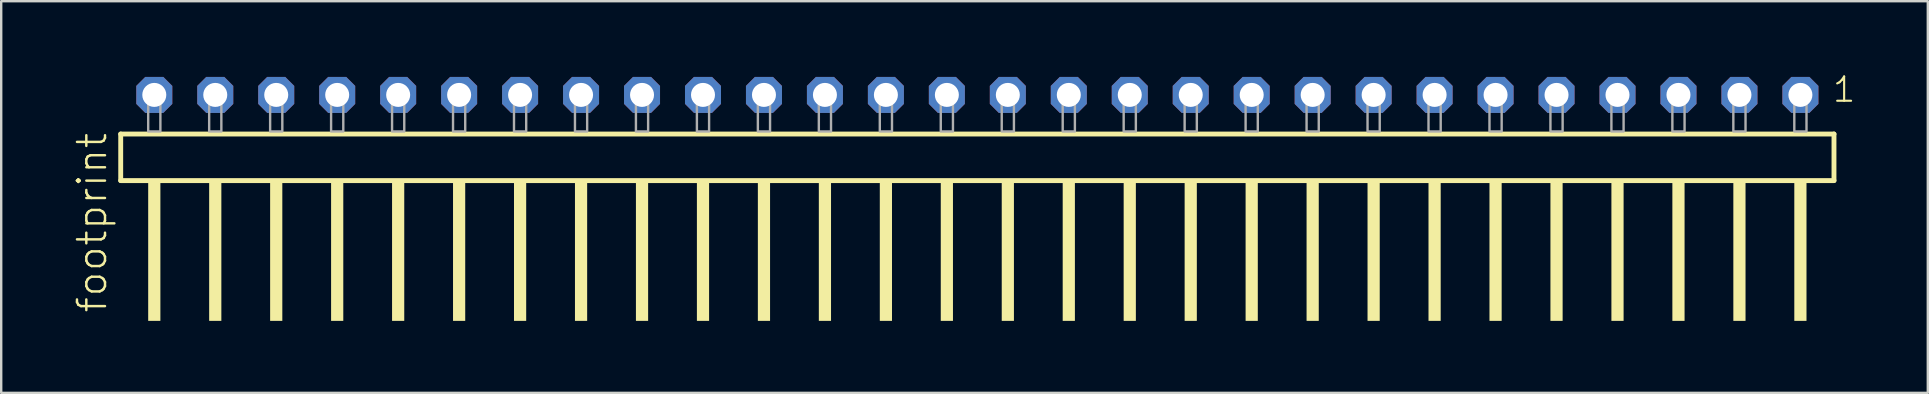
<source format=kicad_pcb>
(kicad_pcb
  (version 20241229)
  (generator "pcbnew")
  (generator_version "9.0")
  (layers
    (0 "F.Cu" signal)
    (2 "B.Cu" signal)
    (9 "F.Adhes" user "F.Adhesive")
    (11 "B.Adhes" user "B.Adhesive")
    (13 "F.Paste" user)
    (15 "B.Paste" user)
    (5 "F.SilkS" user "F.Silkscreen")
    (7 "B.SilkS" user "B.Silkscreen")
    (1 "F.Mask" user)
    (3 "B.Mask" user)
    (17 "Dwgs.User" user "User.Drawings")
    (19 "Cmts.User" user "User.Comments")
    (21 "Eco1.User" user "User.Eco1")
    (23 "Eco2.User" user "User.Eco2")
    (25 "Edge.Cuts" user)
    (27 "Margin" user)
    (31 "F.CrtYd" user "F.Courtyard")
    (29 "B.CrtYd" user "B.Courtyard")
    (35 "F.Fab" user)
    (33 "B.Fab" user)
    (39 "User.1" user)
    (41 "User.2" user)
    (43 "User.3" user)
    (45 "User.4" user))
  (footprint "footprint"
    (layer "F.Cu")
    (at 37.668 2.428)
    (property "Reference" "footprint" (at -36.195 7.62 90) (layer "F.SilkS") (effects (font (size 1.168 1.168) (thickness 0.102)) (justify left bottom)))
    (fp_line (start -35.689 0.106) (end -35.689 2.046) (stroke (width 0.203) (type solid)) (layer "F.SilkS"))
    (fp_line (start -35.689 2.046) (end 35.689 2.046) (stroke (width 0.203) (type solid)) (layer "F.SilkS"))
    (fp_line (start 35.689 0.106) (end -35.689 0.106) (stroke (width 0.203) (type solid)) (layer "F.SilkS"))
    (fp_line (start 35.689 2.046) (end 35.689 0.106) (stroke (width 0.203) (type solid)) (layer "F.SilkS"))
    (fp_poly (pts (xy -34.544 7.89) (xy -34.036 7.89) (xy -34.036 2.04) (xy -34.544 2.04)) (stroke (width 0) (type solid)) (fill yes) (layer "F.SilkS"))
    (fp_poly (pts (xy -32.004 7.89) (xy -31.496 7.89) (xy -31.496 2.04) (xy -32.004 2.04)) (stroke (width 0) (type solid)) (fill yes) (layer "F.SilkS"))
    (fp_poly (pts (xy -29.464 7.89) (xy -28.956 7.89) (xy -28.956 2.04) (xy -29.464 2.04)) (stroke (width 0) (type solid)) (fill yes) (layer "F.SilkS"))
    (fp_poly (pts (xy -26.924 7.89) (xy -26.416 7.89) (xy -26.416 2.04) (xy -26.924 2.04)) (stroke (width 0) (type solid)) (fill yes) (layer "F.SilkS"))
    (fp_poly (pts (xy -24.384 7.89) (xy -23.876 7.89) (xy -23.876 2.04) (xy -24.384 2.04)) (stroke (width 0) (type solid)) (fill yes) (layer "F.SilkS"))
    (fp_poly (pts (xy -21.844 7.89) (xy -21.336 7.89) (xy -21.336 2.04) (xy -21.844 2.04)) (stroke (width 0) (type solid)) (fill yes) (layer "F.SilkS"))
    (fp_poly (pts (xy -19.304 7.89) (xy -18.796 7.89) (xy -18.796 2.04) (xy -19.304 2.04)) (stroke (width 0) (type solid)) (fill yes) (layer "F.SilkS"))
    (fp_poly (pts (xy -16.764 7.89) (xy -16.256 7.89) (xy -16.256 2.04) (xy -16.764 2.04)) (stroke (width 0) (type solid)) (fill yes) (layer "F.SilkS"))
    (fp_poly (pts (xy -14.224 7.89) (xy -13.716 7.89) (xy -13.716 2.04) (xy -14.224 2.04)) (stroke (width 0) (type solid)) (fill yes) (layer "F.SilkS"))
    (fp_poly (pts (xy -11.684 7.89) (xy -11.176 7.89) (xy -11.176 2.04) (xy -11.684 2.04)) (stroke (width 0) (type solid)) (fill yes) (layer "F.SilkS"))
    (fp_poly (pts (xy -9.144 7.89) (xy -8.636 7.89) (xy -8.636 2.04) (xy -9.144 2.04)) (stroke (width 0) (type solid)) (fill yes) (layer "F.SilkS"))
    (fp_poly (pts (xy -6.604 7.89) (xy -6.096 7.89) (xy -6.096 2.04) (xy -6.604 2.04)) (stroke (width 0) (type solid)) (fill yes) (layer "F.SilkS"))
    (fp_poly (pts (xy -4.064 7.89) (xy -3.556 7.89) (xy -3.556 2.04) (xy -4.064 2.04)) (stroke (width 0) (type solid)) (fill yes) (layer "F.SilkS"))
    (fp_poly (pts (xy -1.524 7.89) (xy -1.016 7.89) (xy -1.016 2.04) (xy -1.524 2.04)) (stroke (width 0) (type solid)) (fill yes) (layer "F.SilkS"))
    (fp_poly (pts (xy 1.016 7.89) (xy 1.524 7.89) (xy 1.524 2.04) (xy 1.016 2.04)) (stroke (width 0) (type solid)) (fill yes) (layer "F.SilkS"))
    (fp_poly (pts (xy 3.556 7.89) (xy 4.064 7.89) (xy 4.064 2.04) (xy 3.556 2.04)) (stroke (width 0) (type solid)) (fill yes) (layer "F.SilkS"))
    (fp_poly (pts (xy 6.096 7.89) (xy 6.604 7.89) (xy 6.604 2.04) (xy 6.096 2.04)) (stroke (width 0) (type solid)) (fill yes) (layer "F.SilkS"))
    (fp_poly (pts (xy 8.636 7.89) (xy 9.144 7.89) (xy 9.144 2.04) (xy 8.636 2.04)) (stroke (width 0) (type solid)) (fill yes) (layer "F.SilkS"))
    (fp_poly (pts (xy 11.176 7.89) (xy 11.684 7.89) (xy 11.684 2.04) (xy 11.176 2.04)) (stroke (width 0) (type solid)) (fill yes) (layer "F.SilkS"))
    (fp_poly (pts (xy 13.716 7.89) (xy 14.224 7.89) (xy 14.224 2.04) (xy 13.716 2.04)) (stroke (width 0) (type solid)) (fill yes) (layer "F.SilkS"))
    (fp_poly (pts (xy 16.256 7.89) (xy 16.764 7.89) (xy 16.764 2.04) (xy 16.256 2.04)) (stroke (width 0) (type solid)) (fill yes) (layer "F.SilkS"))
    (fp_poly (pts (xy 18.796 7.89) (xy 19.304 7.89) (xy 19.304 2.04) (xy 18.796 2.04)) (stroke (width 0) (type solid)) (fill yes) (layer "F.SilkS"))
    (fp_poly (pts (xy 21.336 7.89) (xy 21.844 7.89) (xy 21.844 2.04) (xy 21.336 2.04)) (stroke (width 0) (type solid)) (fill yes) (layer "F.SilkS"))
    (fp_poly (pts (xy 23.876 7.89) (xy 24.384 7.89) (xy 24.384 2.04) (xy 23.876 2.04)) (stroke (width 0) (type solid)) (fill yes) (layer "F.SilkS"))
    (fp_poly (pts (xy 26.416 7.89) (xy 26.924 7.89) (xy 26.924 2.04) (xy 26.416 2.04)) (stroke (width 0) (type solid)) (fill yes) (layer "F.SilkS"))
    (fp_poly (pts (xy 28.956 7.89) (xy 29.464 7.89) (xy 29.464 2.04) (xy 28.956 2.04)) (stroke (width 0) (type solid)) (fill yes) (layer "F.SilkS"))
    (fp_poly (pts (xy 31.496 7.89) (xy 32.004 7.89) (xy 32.004 2.04) (xy 31.496 2.04)) (stroke (width 0) (type solid)) (fill yes) (layer "F.SilkS"))
    (fp_poly (pts (xy 34.036 7.89) (xy 34.544 7.89) (xy 34.544 2.04) (xy 34.036 2.04)) (stroke (width 0) (type solid)) (fill yes) (layer "F.SilkS"))
    (fp_poly (pts (xy -34.544 0) (xy -34.036 0) (xy -34.036 -1.778) (xy -34.544 -1.778)) (stroke (width 0.1) (type solid)) (fill no) (layer "F.Fab"))
    (fp_poly (pts (xy -32.004 0) (xy -31.496 0) (xy -31.496 -1.778) (xy -32.004 -1.778)) (stroke (width 0.1) (type solid)) (fill no) (layer "F.Fab"))
    (fp_poly (pts (xy -29.464 0) (xy -28.956 0) (xy -28.956 -1.778) (xy -29.464 -1.778)) (stroke (width 0.1) (type solid)) (fill no) (layer "F.Fab"))
    (fp_poly (pts (xy -26.924 0) (xy -26.416 0) (xy -26.416 -1.778) (xy -26.924 -1.778)) (stroke (width 0.1) (type solid)) (fill no) (layer "F.Fab"))
    (fp_poly (pts (xy -24.384 0) (xy -23.876 0) (xy -23.876 -1.778) (xy -24.384 -1.778)) (stroke (width 0.1) (type solid)) (fill no) (layer "F.Fab"))
    (fp_poly (pts (xy -21.844 0) (xy -21.336 0) (xy -21.336 -1.778) (xy -21.844 -1.778)) (stroke (width 0.1) (type solid)) (fill no) (layer "F.Fab"))
    (fp_poly (pts (xy -19.304 0) (xy -18.796 0) (xy -18.796 -1.778) (xy -19.304 -1.778)) (stroke (width 0.1) (type solid)) (fill no) (layer "F.Fab"))
    (fp_poly (pts (xy -16.764 0) (xy -16.256 0) (xy -16.256 -1.778) (xy -16.764 -1.778)) (stroke (width 0.1) (type solid)) (fill no) (layer "F.Fab"))
    (fp_poly (pts (xy -14.224 0) (xy -13.716 0) (xy -13.716 -1.778) (xy -14.224 -1.778)) (stroke (width 0.1) (type solid)) (fill no) (layer "F.Fab"))
    (fp_poly (pts (xy -11.684 0) (xy -11.176 0) (xy -11.176 -1.778) (xy -11.684 -1.778)) (stroke (width 0.1) (type solid)) (fill no) (layer "F.Fab"))
    (fp_poly (pts (xy -9.144 0) (xy -8.636 0) (xy -8.636 -1.778) (xy -9.144 -1.778)) (stroke (width 0.1) (type solid)) (fill no) (layer "F.Fab"))
    (fp_poly (pts (xy -6.604 0) (xy -6.096 0) (xy -6.096 -1.778) (xy -6.604 -1.778)) (stroke (width 0.1) (type solid)) (fill no) (layer "F.Fab"))
    (fp_poly (pts (xy -4.064 0) (xy -3.556 0) (xy -3.556 -1.778) (xy -4.064 -1.778)) (stroke (width 0.1) (type solid)) (fill no) (layer "F.Fab"))
    (fp_poly (pts (xy -1.524 0) (xy -1.016 0) (xy -1.016 -1.778) (xy -1.524 -1.778)) (stroke (width 0.1) (type solid)) (fill no) (layer "F.Fab"))
    (fp_poly (pts (xy 1.016 0) (xy 1.524 0) (xy 1.524 -1.778) (xy 1.016 -1.778)) (stroke (width 0.1) (type solid)) (fill no) (layer "F.Fab"))
    (fp_poly (pts (xy 3.556 0) (xy 4.064 0) (xy 4.064 -1.778) (xy 3.556 -1.778)) (stroke (width 0.1) (type solid)) (fill no) (layer "F.Fab"))
    (fp_poly (pts (xy 6.096 0) (xy 6.604 0) (xy 6.604 -1.778) (xy 6.096 -1.778)) (stroke (width 0.1) (type solid)) (fill no) (layer "F.Fab"))
    (fp_poly (pts (xy 8.636 0) (xy 9.144 0) (xy 9.144 -1.778) (xy 8.636 -1.778)) (stroke (width 0.1) (type solid)) (fill no) (layer "F.Fab"))
    (fp_poly (pts (xy 11.176 0) (xy 11.684 0) (xy 11.684 -1.778) (xy 11.176 -1.778)) (stroke (width 0.1) (type solid)) (fill no) (layer "F.Fab"))
    (fp_poly (pts (xy 13.716 0) (xy 14.224 0) (xy 14.224 -1.778) (xy 13.716 -1.778)) (stroke (width 0.1) (type solid)) (fill no) (layer "F.Fab"))
    (fp_poly (pts (xy 16.256 0) (xy 16.764 0) (xy 16.764 -1.778) (xy 16.256 -1.778)) (stroke (width 0.1) (type solid)) (fill no) (layer "F.Fab"))
    (fp_poly (pts (xy 18.796 0) (xy 19.304 0) (xy 19.304 -1.778) (xy 18.796 -1.778)) (stroke (width 0.1) (type solid)) (fill no) (layer "F.Fab"))
    (fp_poly (pts (xy 21.336 0) (xy 21.844 0) (xy 21.844 -1.778) (xy 21.336 -1.778)) (stroke (width 0.1) (type solid)) (fill no) (layer "F.Fab"))
    (fp_poly (pts (xy 23.876 0) (xy 24.384 0) (xy 24.384 -1.778) (xy 23.876 -1.778)) (stroke (width 0.1) (type solid)) (fill no) (layer "F.Fab"))
    (fp_poly (pts (xy 26.416 0) (xy 26.924 0) (xy 26.924 -1.778) (xy 26.416 -1.778)) (stroke (width 0.1) (type solid)) (fill no) (layer "F.Fab"))
    (fp_poly (pts (xy 28.956 0) (xy 29.464 0) (xy 29.464 -1.778) (xy 28.956 -1.778)) (stroke (width 0.1) (type solid)) (fill no) (layer "F.Fab"))
    (fp_poly (pts (xy 31.496 0) (xy 32.004 0) (xy 32.004 -1.778) (xy 31.496 -1.778)) (stroke (width 0.1) (type solid)) (fill no) (layer "F.Fab"))
    (fp_poly (pts (xy 34.036 0) (xy 34.544 0) (xy 34.544 -1.778) (xy 34.036 -1.778)) (stroke (width 0.1) (type solid)) (fill no) (layer "F.Fab"))
    (fp_text user "1" (at 35.572 -1.152 0) (layer "F.SilkS") (effects (font (size 1.012 1.012) (thickness 0.088)) (justify left bottom)))
    (pad "1" thru_hole roundrect (at 34.29 -1.524 180) (size 1.5 1.5) (drill 1) (layers "*.Cu" "*.Mask") (roundrect_rratio 0.25) (chamfer_ratio 0.25) (chamfer top_left top_right bottom_left bottom_right))
    (pad "2" thru_hole roundrect (at 31.75 -1.524 180) (size 1.5 1.5) (drill 1) (layers "*.Cu" "*.Mask") (roundrect_rratio 0.25) (chamfer_ratio 0.25) (chamfer top_left top_right bottom_left bottom_right))
    (pad "3" thru_hole roundrect (at 29.21 -1.524 180) (size 1.5 1.5) (drill 1) (layers "*.Cu" "*.Mask") (roundrect_rratio 0.25) (chamfer_ratio 0.25) (chamfer top_left top_right bottom_left bottom_right))
    (pad "4" thru_hole roundrect (at 26.67 -1.524 180) (size 1.5 1.5) (drill 1) (layers "*.Cu" "*.Mask") (roundrect_rratio 0.25) (chamfer_ratio 0.25) (chamfer top_left top_right bottom_left bottom_right))
    (pad "5" thru_hole roundrect (at 24.13 -1.524 180) (size 1.5 1.5) (drill 1) (layers "*.Cu" "*.Mask") (roundrect_rratio 0.25) (chamfer_ratio 0.25) (chamfer top_left top_right bottom_left bottom_right))
    (pad "6" thru_hole roundrect (at 21.59 -1.524 180) (size 1.5 1.5) (drill 1) (layers "*.Cu" "*.Mask") (roundrect_rratio 0.25) (chamfer_ratio 0.25) (chamfer top_left top_right bottom_left bottom_right))
    (pad "7" thru_hole roundrect (at 19.05 -1.524 180) (size 1.5 1.5) (drill 1) (layers "*.Cu" "*.Mask") (roundrect_rratio 0.25) (chamfer_ratio 0.25) (chamfer top_left top_right bottom_left bottom_right))
    (pad "8" thru_hole roundrect (at 16.51 -1.524 180) (size 1.5 1.5) (drill 1) (layers "*.Cu" "*.Mask") (roundrect_rratio 0.25) (chamfer_ratio 0.25) (chamfer top_left top_right bottom_left bottom_right))
    (pad "9" thru_hole roundrect (at 13.97 -1.524 180) (size 1.5 1.5) (drill 1) (layers "*.Cu" "*.Mask") (roundrect_rratio 0.25) (chamfer_ratio 0.25) (chamfer top_left top_right bottom_left bottom_right))
    (pad "10" thru_hole roundrect (at 11.43 -1.524 180) (size 1.5 1.5) (drill 1) (layers "*.Cu" "*.Mask") (roundrect_rratio 0.25) (chamfer_ratio 0.25) (chamfer top_left top_right bottom_left bottom_right))
    (pad "11" thru_hole roundrect (at 8.89 -1.524 180) (size 1.5 1.5) (drill 1) (layers "*.Cu" "*.Mask") (roundrect_rratio 0.25) (chamfer_ratio 0.25) (chamfer top_left top_right bottom_left bottom_right))
    (pad "12" thru_hole roundrect (at 6.35 -1.524 180) (size 1.5 1.5) (drill 1) (layers "*.Cu" "*.Mask") (roundrect_rratio 0.25) (chamfer_ratio 0.25) (chamfer top_left top_right bottom_left bottom_right))
    (pad "13" thru_hole roundrect (at 3.81 -1.524 180) (size 1.5 1.5) (drill 1) (layers "*.Cu" "*.Mask") (roundrect_rratio 0.25) (chamfer_ratio 0.25) (chamfer top_left top_right bottom_left bottom_right))
    (pad "14" thru_hole roundrect (at 1.27 -1.524 180) (size 1.5 1.5) (drill 1) (layers "*.Cu" "*.Mask") (roundrect_rratio 0.25) (chamfer_ratio 0.25) (chamfer top_left top_right bottom_left bottom_right))
    (pad "15" thru_hole roundrect (at -1.27 -1.524 180) (size 1.5 1.5) (drill 1) (layers "*.Cu" "*.Mask") (roundrect_rratio 0.25) (chamfer_ratio 0.25) (chamfer top_left top_right bottom_left bottom_right))
    (pad "16" thru_hole roundrect (at -3.81 -1.524 180) (size 1.5 1.5) (drill 1) (layers "*.Cu" "*.Mask") (roundrect_rratio 0.25) (chamfer_ratio 0.25) (chamfer top_left top_right bottom_left bottom_right))
    (pad "17" thru_hole roundrect (at -6.35 -1.524 180) (size 1.5 1.5) (drill 1) (layers "*.Cu" "*.Mask") (roundrect_rratio 0.25) (chamfer_ratio 0.25) (chamfer top_left top_right bottom_left bottom_right))
    (pad "18" thru_hole roundrect (at -8.89 -1.524 180) (size 1.5 1.5) (drill 1) (layers "*.Cu" "*.Mask") (roundrect_rratio 0.25) (chamfer_ratio 0.25) (chamfer top_left top_right bottom_left bottom_right))
    (pad "19" thru_hole roundrect (at -11.43 -1.524 180) (size 1.5 1.5) (drill 1) (layers "*.Cu" "*.Mask") (roundrect_rratio 0.25) (chamfer_ratio 0.25) (chamfer top_left top_right bottom_left bottom_right))
    (pad "20" thru_hole roundrect (at -13.97 -1.524 180) (size 1.5 1.5) (drill 1) (layers "*.Cu" "*.Mask") (roundrect_rratio 0.25) (chamfer_ratio 0.25) (chamfer top_left top_right bottom_left bottom_right))
    (pad "21" thru_hole roundrect (at -16.51 -1.524 180) (size 1.5 1.5) (drill 1) (layers "*.Cu" "*.Mask") (roundrect_rratio 0.25) (chamfer_ratio 0.25) (chamfer top_left top_right bottom_left bottom_right))
    (pad "22" thru_hole roundrect (at -19.05 -1.524 180) (size 1.5 1.5) (drill 1) (layers "*.Cu" "*.Mask") (roundrect_rratio 0.25) (chamfer_ratio 0.25) (chamfer top_left top_right bottom_left bottom_right))
    (pad "23" thru_hole roundrect (at -21.59 -1.524 180) (size 1.5 1.5) (drill 1) (layers "*.Cu" "*.Mask") (roundrect_rratio 0.25) (chamfer_ratio 0.25) (chamfer top_left top_right bottom_left bottom_right))
    (pad "24" thru_hole roundrect (at -24.13 -1.524 180) (size 1.5 1.5) (drill 1) (layers "*.Cu" "*.Mask") (roundrect_rratio 0.25) (chamfer_ratio 0.25) (chamfer top_left top_right bottom_left bottom_right))
    (pad "25" thru_hole roundrect (at -26.67 -1.524 180) (size 1.5 1.5) (drill 1) (layers "*.Cu" "*.Mask") (roundrect_rratio 0.25) (chamfer_ratio 0.25) (chamfer top_left top_right bottom_left bottom_right))
    (pad "26" thru_hole roundrect (at -29.21 -1.524 180) (size 1.5 1.5) (drill 1) (layers "*.Cu" "*.Mask") (roundrect_rratio 0.25) (chamfer_ratio 0.25) (chamfer top_left top_right bottom_left bottom_right))
    (pad "27" thru_hole roundrect (at -31.75 -1.524 180) (size 1.5 1.5) (drill 1) (layers "*.Cu" "*.Mask") (roundrect_rratio 0.25) (chamfer_ratio 0.25) (chamfer top_left top_right bottom_left bottom_right))
    (pad "28" thru_hole roundrect (at -34.29 -1.524 180) (size 1.5 1.5) (drill 1) (layers "*.Cu" "*.Mask") (roundrect_rratio 0.25) (chamfer_ratio 0.25) (chamfer top_left top_right bottom_left bottom_right)))
  (gr_rect
    (start -3 -3)
    (end 77.266 13.318)
    (stroke (width 0.1) (type default))
    (fill no)
    (layer "Edge.Cuts")))
</source>
